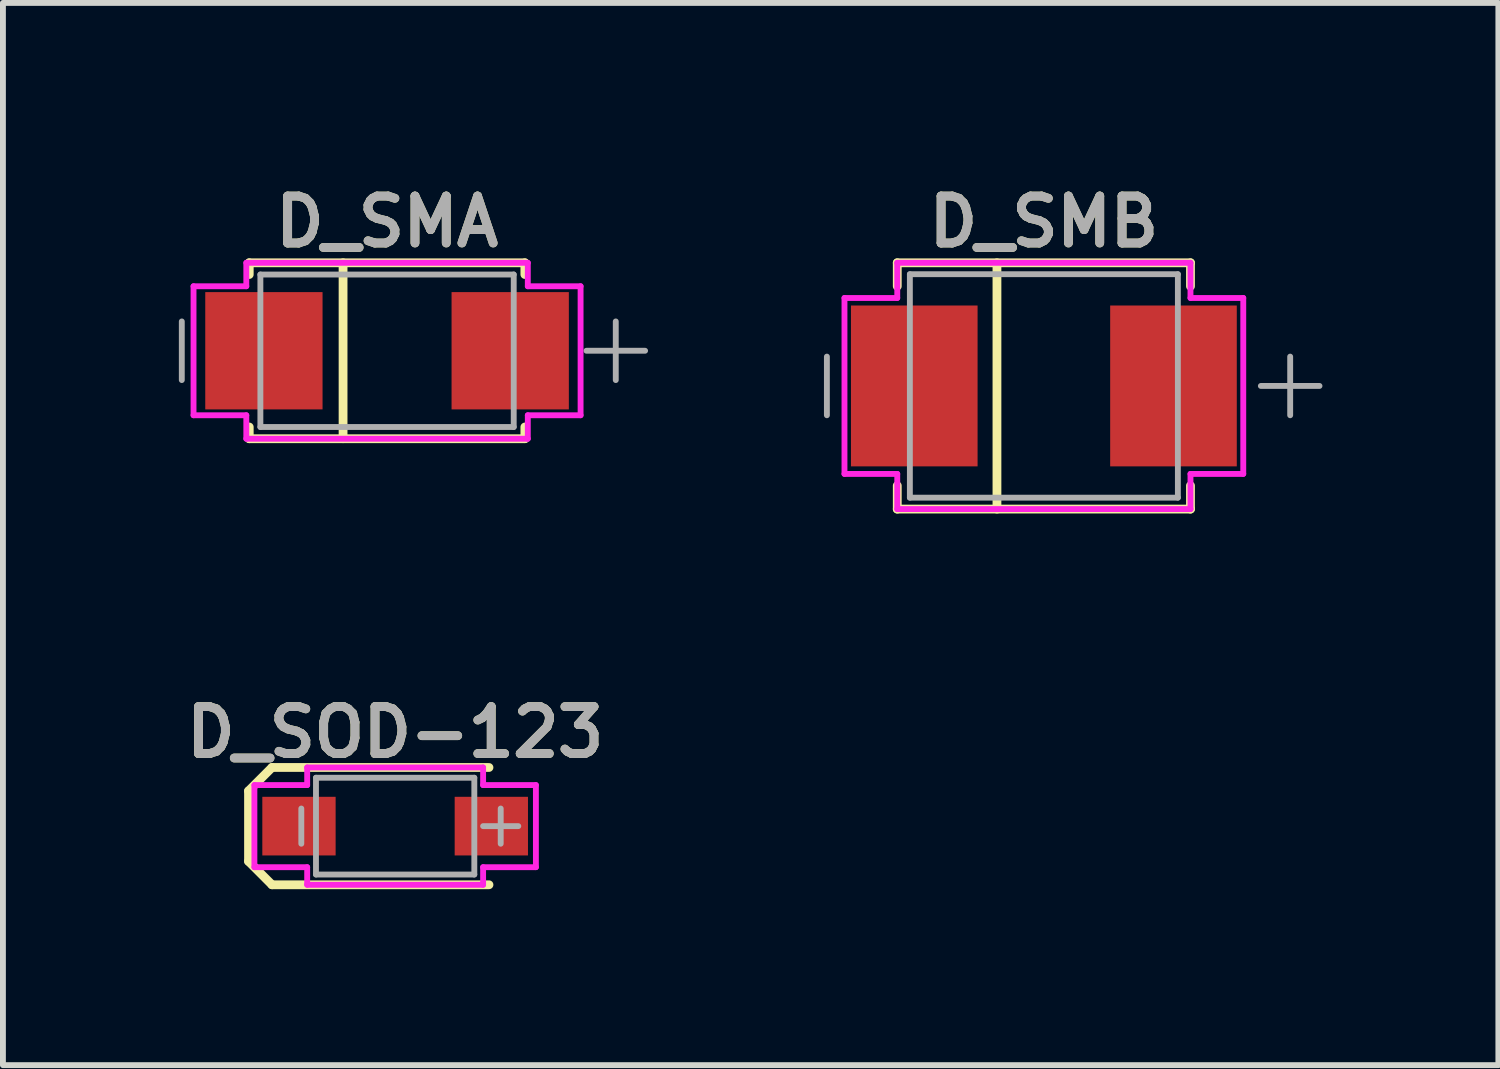
<source format=kicad_pcb>
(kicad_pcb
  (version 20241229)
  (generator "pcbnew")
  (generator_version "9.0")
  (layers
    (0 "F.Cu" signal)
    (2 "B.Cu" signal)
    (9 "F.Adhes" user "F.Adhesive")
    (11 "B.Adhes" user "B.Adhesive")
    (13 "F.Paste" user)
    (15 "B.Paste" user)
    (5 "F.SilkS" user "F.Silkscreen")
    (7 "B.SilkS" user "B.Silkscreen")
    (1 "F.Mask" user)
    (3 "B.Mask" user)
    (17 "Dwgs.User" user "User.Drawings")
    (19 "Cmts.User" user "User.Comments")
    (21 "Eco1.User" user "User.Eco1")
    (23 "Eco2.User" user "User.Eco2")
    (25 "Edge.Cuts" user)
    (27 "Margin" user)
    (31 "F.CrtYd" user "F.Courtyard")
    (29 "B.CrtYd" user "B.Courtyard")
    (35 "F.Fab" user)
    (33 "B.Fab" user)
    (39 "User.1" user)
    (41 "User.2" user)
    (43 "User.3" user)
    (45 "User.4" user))
  (footprint "D_SMB"
    (layer "F.Cu")
    (at 14.75 3.531)
    (property "Reference" "D_SMB" (at 0 -2.8 0) (layer "F.SilkS") (effects (font (size 0.8 0.8) (thickness 0.15))))
    (attr through_hole)
    (fp_line (start -2.5 -2.1) (end 2.5 -2.1) (stroke (width 0.15) (type solid)) (layer "F.SilkS"))
    (fp_line (start -2.5 -1.7) (end -2.5 -2.1) (stroke (width 0.15) (type solid)) (layer "F.SilkS"))
    (fp_line (start -2.5 2.1) (end -2.5 1.7) (stroke (width 0.15) (type solid)) (layer "F.SilkS"))
    (fp_line (start -2.5 2.1) (end 2.5 2.1) (stroke (width 0.15) (type solid)) (layer "F.SilkS"))
    (fp_line (start -0.8 2.1) (end -0.8 -2.1) (stroke (width 0.15) (type solid)) (layer "F.SilkS"))
    (fp_line (start 2.5 -1.7) (end 2.5 -2.1) (stroke (width 0.15) (type solid)) (layer "F.SilkS"))
    (fp_line (start 2.5 2.1) (end 2.5 1.7) (stroke (width 0.15) (type solid)) (layer "F.SilkS"))
    (fp_line (start -3.4 -1.5) (end -2.5 -1.5) (stroke (width 0.1) (type solid)) (layer "F.CrtYd"))
    (fp_line (start -3.4 1.5) (end -3.4 -1.5) (stroke (width 0.1) (type solid)) (layer "F.CrtYd"))
    (fp_line (start -2.5 -2.1) (end 2.5 -2.1) (stroke (width 0.1) (type solid)) (layer "F.CrtYd"))
    (fp_line (start -2.5 -1.5) (end -2.5 -2.1) (stroke (width 0.1) (type solid)) (layer "F.CrtYd"))
    (fp_line (start -2.5 1.5) (end -3.4 1.5) (stroke (width 0.1) (type solid)) (layer "F.CrtYd"))
    (fp_line (start -2.5 2.1) (end -2.5 1.5) (stroke (width 0.1) (type solid)) (layer "F.CrtYd"))
    (fp_line (start 2.5 -2.1) (end 2.5 -1.5) (stroke (width 0.1) (type solid)) (layer "F.CrtYd"))
    (fp_line (start 2.5 -1.5) (end 3.4 -1.5) (stroke (width 0.1) (type solid)) (layer "F.CrtYd"))
    (fp_line (start 2.5 1.5) (end 2.5 2.1) (stroke (width 0.1) (type solid)) (layer "F.CrtYd"))
    (fp_line (start 2.5 2.1) (end -2.5 2.1) (stroke (width 0.1) (type solid)) (layer "F.CrtYd"))
    (fp_line (start 3.4 -1.5) (end 3.4 1.5) (stroke (width 0.1) (type solid)) (layer "F.CrtYd"))
    (fp_line (start 3.4 1.5) (end 2.5 1.5) (stroke (width 0.1) (type solid)) (layer "F.CrtYd"))
    (fp_line (start -3.7 0.5) (end -3.7 -0.5) (stroke (width 0.1) (type solid)) (layer "F.Fab"))
    (fp_line (start -2.285 -1.905) (end 2.285 -1.905) (stroke (width 0.1) (type solid)) (layer "F.Fab"))
    (fp_line (start -2.285 1.905) (end -2.285 -1.905) (stroke (width 0.1) (type solid)) (layer "F.Fab"))
    (fp_line (start -2.285 1.905) (end 2.285 1.905) (stroke (width 0.1) (type solid)) (layer "F.Fab"))
    (fp_line (start 2.285 1.905) (end 2.285 -1.905) (stroke (width 0.1) (type solid)) (layer "F.Fab"))
    (fp_line (start 3.7 0) (end 4.7 0) (stroke (width 0.1) (type solid)) (layer "F.Fab"))
    (fp_line (start 4.2 0.5) (end 4.2 -0.5) (stroke (width 0.1) (type solid)) (layer "F.Fab"))
    (fp_text user "${REFERENCE}" (at 0 -2.8 0) (layer "F.Fab") (effects (font (size 0.8 0.8) (thickness 0.15))))
    (pad "A" smd rect (at 2.21 0 270) (size 2.743 2.159) (layers "F.Cu" "F.Mask" "F.Paste"))
    (pad "K" smd rect (at -2.21 0 270) (size 2.743 2.159) (layers "F.Cu" "F.Mask" "F.Paste")))
  (footprint "D_SOD-123"
    (layer "F.Cu")
    (at 3.688 11.037)
    (property "Reference" "D_SOD-123" (at 0 -1.6 0) (layer "F.SilkS") (effects (font (size 0.8 0.8) (thickness 0.15))))
    (attr smd)
    (fp_line (start -2.5 -0.6) (end -2.5 0.6) (stroke (width 0.15) (type solid)) (layer "F.SilkS"))
    (fp_line (start -2.5 -0.6) (end -2.1 -1) (stroke (width 0.15) (type solid)) (layer "F.SilkS"))
    (fp_line (start -2.5 0.6) (end -2.1 1) (stroke (width 0.15) (type solid)) (layer "F.SilkS"))
    (fp_line (start 1.6 -1) (end -2.1 -1) (stroke (width 0.15) (type solid)) (layer "F.SilkS"))
    (fp_line (start 1.6 1) (end -2.1 1) (stroke (width 0.15) (type solid)) (layer "F.SilkS"))
    (fp_line (start -2.4 -0.7) (end -1.5 -0.7) (stroke (width 0.1) (type solid)) (layer "F.CrtYd"))
    (fp_line (start -2.4 0.7) (end -2.4 -0.7) (stroke (width 0.1) (type solid)) (layer "F.CrtYd"))
    (fp_line (start -1.5 -1) (end 1.5 -1) (stroke (width 0.1) (type solid)) (layer "F.CrtYd"))
    (fp_line (start -1.5 -0.7) (end -1.5 -1) (stroke (width 0.1) (type solid)) (layer "F.CrtYd"))
    (fp_line (start -1.5 0.7) (end -2.4 0.7) (stroke (width 0.1) (type solid)) (layer "F.CrtYd"))
    (fp_line (start -1.5 1) (end -1.5 0.7) (stroke (width 0.1) (type solid)) (layer "F.CrtYd"))
    (fp_line (start 1.5 -1) (end 1.5 -0.7) (stroke (width 0.1) (type solid)) (layer "F.CrtYd"))
    (fp_line (start 1.5 -0.7) (end 2.4 -0.7) (stroke (width 0.1) (type solid)) (layer "F.CrtYd"))
    (fp_line (start 1.5 0.7) (end 1.5 1) (stroke (width 0.1) (type solid)) (layer "F.CrtYd"))
    (fp_line (start 1.5 1) (end -1.5 1) (stroke (width 0.1) (type solid)) (layer "F.CrtYd"))
    (fp_line (start 2.4 -0.7) (end 2.4 0.7) (stroke (width 0.1) (type solid)) (layer "F.CrtYd"))
    (fp_line (start 2.4 0.7) (end 1.5 0.7) (stroke (width 0.1) (type solid)) (layer "F.CrtYd"))
    (fp_line (start -1.6 0.3) (end -1.6 -0.3) (stroke (width 0.1) (type solid)) (layer "F.Fab"))
    (fp_line (start -1.35 -0.825) (end 1.35 -0.825) (stroke (width 0.1) (type solid)) (layer "F.Fab"))
    (fp_line (start -1.35 0.825) (end -1.35 -0.825) (stroke (width 0.1) (type solid)) (layer "F.Fab"))
    (fp_line (start -1.35 0.825) (end 1.35 0.825) (stroke (width 0.1) (type solid)) (layer "F.Fab"))
    (fp_line (start 1.35 0.825) (end 1.35 -0.825) (stroke (width 0.1) (type solid)) (layer "F.Fab"))
    (fp_line (start 1.5 0) (end 2.1 0) (stroke (width 0.1) (type solid)) (layer "F.Fab"))
    (fp_line (start 1.8 0.3) (end 1.8 -0.3) (stroke (width 0.1) (type solid)) (layer "F.Fab"))
    (fp_text user "${REFERENCE}" (at 0 -1.6 0) (layer "F.Fab") (effects (font (size 0.8 0.8) (thickness 0.15))))
    (pad "A" smd rect (at 1.64 0 180) (size 1.25 1) (layers "F.Cu" "F.Mask" "F.Paste"))
    (pad "K" smd rect (at -1.64 0 180) (size 1.25 1) (layers "F.Cu" "F.Mask" "F.Paste")))
  (footprint "D_SMA"
    (layer "F.Cu")
    (at 3.55 2.931)
    (property "Reference" "D_SMA" (at 0 -2.2 0) (layer "F.SilkS") (effects (font (size 0.8 0.8) (thickness 0.15))))
    (attr through_hole)
    (fp_line (start -2.35 -1.5) (end 2.35 -1.5) (stroke (width 0.15) (type solid)) (layer "F.SilkS"))
    (fp_line (start -2.35 -1.3) (end -2.35 -1.5) (stroke (width 0.15) (type solid)) (layer "F.SilkS"))
    (fp_line (start -2.35 1.5) (end -2.35 1.3) (stroke (width 0.15) (type solid)) (layer "F.SilkS"))
    (fp_line (start -2.35 1.5) (end 2.35 1.5) (stroke (width 0.15) (type solid)) (layer "F.SilkS"))
    (fp_line (start -0.75 1.5) (end -0.75 -1.5) (stroke (width 0.15) (type solid)) (layer "F.SilkS"))
    (fp_line (start 2.35 -1.3) (end 2.35 -1.5) (stroke (width 0.15) (type solid)) (layer "F.SilkS"))
    (fp_line (start 2.35 1.5) (end 2.35 1.3) (stroke (width 0.15) (type solid)) (layer "F.SilkS"))
    (fp_line (start -3.3 -1.1) (end -2.4 -1.1) (stroke (width 0.1) (type solid)) (layer "F.CrtYd"))
    (fp_line (start -3.3 1.1) (end -3.3 -1.1) (stroke (width 0.1) (type solid)) (layer "F.CrtYd"))
    (fp_line (start -2.4 -1.5) (end 2.4 -1.5) (stroke (width 0.1) (type solid)) (layer "F.CrtYd"))
    (fp_line (start -2.4 -1.1) (end -2.4 -1.5) (stroke (width 0.1) (type solid)) (layer "F.CrtYd"))
    (fp_line (start -2.4 1.1) (end -3.3 1.1) (stroke (width 0.1) (type solid)) (layer "F.CrtYd"))
    (fp_line (start -2.4 1.5) (end -2.4 1.1) (stroke (width 0.1) (type solid)) (layer "F.CrtYd"))
    (fp_line (start 2.4 -1.5) (end 2.4 -1.1) (stroke (width 0.1) (type solid)) (layer "F.CrtYd"))
    (fp_line (start 2.4 -1.1) (end 3.3 -1.1) (stroke (width 0.1) (type solid)) (layer "F.CrtYd"))
    (fp_line (start 2.4 1.1) (end 2.4 1.5) (stroke (width 0.1) (type solid)) (layer "F.CrtYd"))
    (fp_line (start 2.4 1.5) (end -2.4 1.5) (stroke (width 0.1) (type solid)) (layer "F.CrtYd"))
    (fp_line (start 3.3 -1.1) (end 3.3 1.1) (stroke (width 0.1) (type solid)) (layer "F.CrtYd"))
    (fp_line (start 3.3 1.1) (end 2.4 1.1) (stroke (width 0.1) (type solid)) (layer "F.CrtYd"))
    (fp_line (start -3.5 0.5) (end -3.5 -0.5) (stroke (width 0.1) (type solid)) (layer "F.Fab"))
    (fp_line (start -2.16 -1.3) (end 2.16 -1.3) (stroke (width 0.1) (type solid)) (layer "F.Fab"))
    (fp_line (start -2.16 1.3) (end -2.16 -1.3) (stroke (width 0.1) (type solid)) (layer "F.Fab"))
    (fp_line (start -2.16 1.3) (end 2.16 1.3) (stroke (width 0.1) (type solid)) (layer "F.Fab"))
    (fp_line (start 2.16 1.3) (end 2.16 -1.3) (stroke (width 0.1) (type solid)) (layer "F.Fab"))
    (fp_line (start 3.4 0) (end 4.4 0) (stroke (width 0.1) (type solid)) (layer "F.Fab"))
    (fp_line (start 3.9 0.5) (end 3.9 -0.5) (stroke (width 0.1) (type solid)) (layer "F.Fab"))
    (fp_text user "${REFERENCE}" (at 0 -2.2 0) (layer "F.Fab") (effects (font (size 0.8 0.8) (thickness 0.15))))
    (pad "A" smd rect (at 2.1 0 270) (size 2 2) (layers "F.Cu" "F.Mask" "F.Paste"))
    (pad "K" smd rect (at -2.1 0 270) (size 2 2) (layers "F.Cu" "F.Mask" "F.Paste")))
  (gr_rect
    (start -3 -3)
    (end 22.5 15.113)
    (stroke (width 0.1) (type default))
    (fill no)
    (layer "Edge.Cuts")))
</source>
